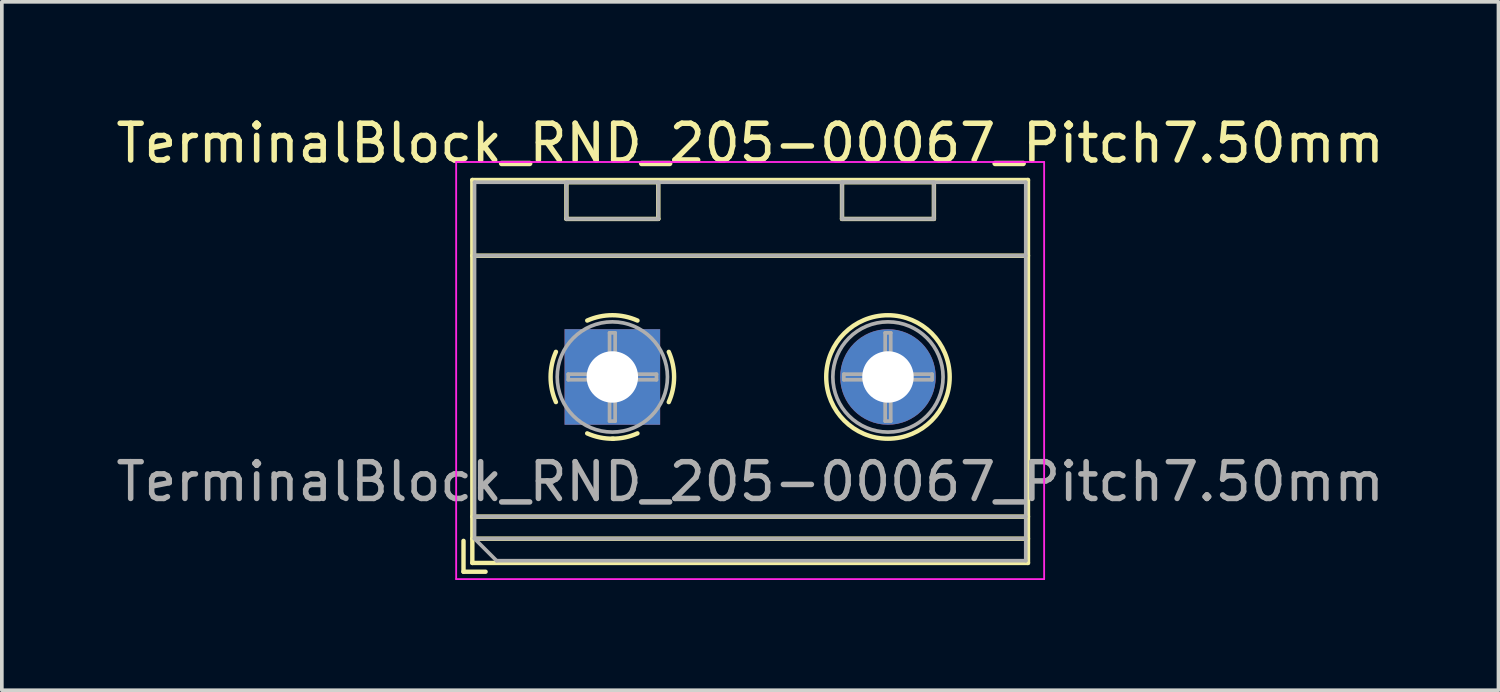
<source format=kicad_pcb>
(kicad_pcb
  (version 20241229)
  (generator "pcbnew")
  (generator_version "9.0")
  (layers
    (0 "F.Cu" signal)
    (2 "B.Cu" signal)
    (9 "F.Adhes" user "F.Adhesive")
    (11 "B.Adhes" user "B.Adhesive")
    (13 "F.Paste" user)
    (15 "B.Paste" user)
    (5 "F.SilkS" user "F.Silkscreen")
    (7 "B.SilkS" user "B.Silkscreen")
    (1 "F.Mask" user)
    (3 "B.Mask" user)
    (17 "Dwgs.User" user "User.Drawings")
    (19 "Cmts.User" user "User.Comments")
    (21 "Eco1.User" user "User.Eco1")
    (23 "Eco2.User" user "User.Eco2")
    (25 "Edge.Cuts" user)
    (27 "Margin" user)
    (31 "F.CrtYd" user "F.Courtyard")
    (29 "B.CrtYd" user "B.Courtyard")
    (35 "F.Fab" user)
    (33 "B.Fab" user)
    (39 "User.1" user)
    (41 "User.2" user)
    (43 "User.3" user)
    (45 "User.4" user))
  (footprint "TerminalBlock_RND_205-00067_Pitch7.50mm"
    (layer "F.Cu")
    (at 13.613 7.208)
    (property "Reference" "TerminalBlock_RND_205-00067_Pitch7.50mm" (at 3.75 -6.36 0) (layer "F.SilkS") (effects (font (size 1 1) (thickness 0.15))))
    (attr through_hole)
    (fp_line (start -4.05 4.46) (end -4.05 5.3) (stroke (width 0.12) (type solid)) (layer "F.SilkS"))
    (fp_line (start -4.05 5.3) (end -3.45 5.3) (stroke (width 0.12) (type solid)) (layer "F.SilkS"))
    (fp_line (start -3.81 -5.36) (end -3.81 5.06) (stroke (width 0.12) (type solid)) (layer "F.SilkS"))
    (fp_line (start -3.81 -3.3) (end 11.31 -3.3) (stroke (width 0.12) (type solid)) (layer "F.SilkS"))
    (fp_line (start -3.81 3.8) (end 11.31 3.8) (stroke (width 0.12) (type solid)) (layer "F.SilkS"))
    (fp_line (start -3.81 4.4) (end 11.31 4.4) (stroke (width 0.12) (type solid)) (layer "F.SilkS"))
    (fp_line (start -3.81 5.06) (end 11.31 5.06) (stroke (width 0.12) (type solid)) (layer "F.SilkS"))
    (fp_line (start -1.25 -5.301) (end -1.25 -4.301) (stroke (width 0.12) (type solid)) (layer "F.SilkS"))
    (fp_line (start -1.25 -5.301) (end 1.25 -5.301) (stroke (width 0.12) (type solid)) (layer "F.SilkS"))
    (fp_line (start -1.25 -4.301) (end 1.25 -4.301) (stroke (width 0.12) (type solid)) (layer "F.SilkS"))
    (fp_line (start 1.25 -5.301) (end 1.25 -4.301) (stroke (width 0.12) (type solid)) (layer "F.SilkS"))
    (fp_line (start 6.25 -5.301) (end 6.25 -4.301) (stroke (width 0.12) (type solid)) (layer "F.SilkS"))
    (fp_line (start 6.25 -5.301) (end 8.75 -5.301) (stroke (width 0.12) (type solid)) (layer "F.SilkS"))
    (fp_line (start 6.25 -4.301) (end 8.75 -4.301) (stroke (width 0.12) (type solid)) (layer "F.SilkS"))
    (fp_line (start 8.75 -5.301) (end 8.75 -4.301) (stroke (width 0.12) (type solid)) (layer "F.SilkS"))
    (fp_line (start 11.31 -5.36) (end -3.81 -5.36) (stroke (width 0.12) (type solid)) (layer "F.SilkS"))
    (fp_line (start 11.31 5.06) (end 11.31 -5.36) (stroke (width 0.12) (type solid)) (layer "F.SilkS"))
    (fp_arc (start -1.535427 0.683042) (mid -1.680501 -0.000524) (end -1.535 -0.684) (stroke (width 0.12) (type solid)) (layer "F.SilkS"))
    (fp_arc (start -0.683042 -1.535427) (mid 0.000524 -1.680501) (end 0.684 -1.535) (stroke (width 0.12) (type solid)) (layer "F.SilkS"))
    (fp_arc (start 0.028805 1.680253) (mid -0.335551 1.646659) (end -0.684 1.535) (stroke (width 0.12) (type solid)) (layer "F.SilkS"))
    (fp_arc (start 0.683318 1.534756) (mid 0.349292 1.643288) (end 0 1.68) (stroke (width 0.12) (type solid)) (layer "F.SilkS"))
    (fp_arc (start 1.535427 -0.683042) (mid 1.680501 0.000524) (end 1.535 0.684) (stroke (width 0.12) (type solid)) (layer "F.SilkS"))
    (fp_circle (center 7.5 0) (end 9.18 0) (stroke (width 0.12) (type solid)) (fill no) (layer "F.SilkS"))
    (fp_line (start -4.25 -5.85) (end -4.25 5.5) (stroke (width 0.05) (type solid)) (layer "F.CrtYd"))
    (fp_line (start -4.25 5.5) (end 11.75 5.5) (stroke (width 0.05) (type solid)) (layer "F.CrtYd"))
    (fp_line (start 11.75 -5.85) (end -4.25 -5.85) (stroke (width 0.05) (type solid)) (layer "F.CrtYd"))
    (fp_line (start 11.75 5.5) (end 11.75 -5.85) (stroke (width 0.05) (type solid)) (layer "F.CrtYd"))
    (fp_line (start -3.75 -5.3) (end 11.25 -5.3) (stroke (width 0.1) (type solid)) (layer "F.Fab"))
    (fp_line (start -3.75 -3.3) (end 11.25 -3.3) (stroke (width 0.1) (type solid)) (layer "F.Fab"))
    (fp_line (start -3.75 3.8) (end 11.25 3.8) (stroke (width 0.1) (type solid)) (layer "F.Fab"))
    (fp_line (start -3.75 4.4) (end -3.75 -5.3) (stroke (width 0.1) (type solid)) (layer "F.Fab"))
    (fp_line (start -3.75 4.4) (end 11.25 4.4) (stroke (width 0.1) (type solid)) (layer "F.Fab"))
    (fp_line (start -3.15 5) (end -3.75 4.4) (stroke (width 0.1) (type solid)) (layer "F.Fab"))
    (fp_line (start -1.25 -5.3) (end -1.25 -4.3) (stroke (width 0.1) (type solid)) (layer "F.Fab"))
    (fp_line (start -1.25 -4.3) (end 1.25 -4.3) (stroke (width 0.1) (type solid)) (layer "F.Fab"))
    (fp_line (start -1.201 -0.076) (end -0.076 -0.076) (stroke (width 0.1) (type solid)) (layer "F.Fab"))
    (fp_line (start -1.201 0.076) (end -1.201 -0.076) (stroke (width 0.1) (type solid)) (layer "F.Fab"))
    (fp_line (start -0.076 -1.201) (end 0.076 -1.201) (stroke (width 0.1) (type solid)) (layer "F.Fab"))
    (fp_line (start -0.076 -0.076) (end -0.076 -1.201) (stroke (width 0.1) (type solid)) (layer "F.Fab"))
    (fp_line (start -0.076 0.076) (end -1.201 0.076) (stroke (width 0.1) (type solid)) (layer "F.Fab"))
    (fp_line (start -0.076 1.201) (end -0.076 0.076) (stroke (width 0.1) (type solid)) (layer "F.Fab"))
    (fp_line (start 0.076 -1.201) (end 0.076 -0.076) (stroke (width 0.1) (type solid)) (layer "F.Fab"))
    (fp_line (start 0.076 -0.076) (end 1.201 -0.076) (stroke (width 0.1) (type solid)) (layer "F.Fab"))
    (fp_line (start 0.076 0.076) (end 0.076 1.201) (stroke (width 0.1) (type solid)) (layer "F.Fab"))
    (fp_line (start 0.076 1.201) (end -0.076 1.201) (stroke (width 0.1) (type solid)) (layer "F.Fab"))
    (fp_line (start 1.201 -0.076) (end 1.201 0.076) (stroke (width 0.1) (type solid)) (layer "F.Fab"))
    (fp_line (start 1.201 0.076) (end 0.076 0.076) (stroke (width 0.1) (type solid)) (layer "F.Fab"))
    (fp_line (start 1.25 -5.3) (end -1.25 -5.3) (stroke (width 0.1) (type solid)) (layer "F.Fab"))
    (fp_line (start 1.25 -4.3) (end 1.25 -5.3) (stroke (width 0.1) (type solid)) (layer "F.Fab"))
    (fp_line (start 6.25 -5.3) (end 6.25 -4.3) (stroke (width 0.1) (type solid)) (layer "F.Fab"))
    (fp_line (start 6.25 -4.3) (end 8.75 -4.3) (stroke (width 0.1) (type solid)) (layer "F.Fab"))
    (fp_line (start 6.299 -0.076) (end 7.424 -0.076) (stroke (width 0.1) (type solid)) (layer "F.Fab"))
    (fp_line (start 6.299 0.076) (end 6.299 -0.076) (stroke (width 0.1) (type solid)) (layer "F.Fab"))
    (fp_line (start 7.424 -1.201) (end 7.576 -1.201) (stroke (width 0.1) (type solid)) (layer "F.Fab"))
    (fp_line (start 7.424 -0.076) (end 7.424 -1.201) (stroke (width 0.1) (type solid)) (layer "F.Fab"))
    (fp_line (start 7.424 0.076) (end 6.299 0.076) (stroke (width 0.1) (type solid)) (layer "F.Fab"))
    (fp_line (start 7.424 1.201) (end 7.424 0.076) (stroke (width 0.1) (type solid)) (layer "F.Fab"))
    (fp_line (start 7.576 -1.201) (end 7.576 -0.076) (stroke (width 0.1) (type solid)) (layer "F.Fab"))
    (fp_line (start 7.576 -0.076) (end 8.701 -0.076) (stroke (width 0.1) (type solid)) (layer "F.Fab"))
    (fp_line (start 7.576 0.076) (end 7.576 1.201) (stroke (width 0.1) (type solid)) (layer "F.Fab"))
    (fp_line (start 7.576 1.201) (end 7.424 1.201) (stroke (width 0.1) (type solid)) (layer "F.Fab"))
    (fp_line (start 8.701 -0.076) (end 8.701 0.076) (stroke (width 0.1) (type solid)) (layer "F.Fab"))
    (fp_line (start 8.701 0.076) (end 7.576 0.076) (stroke (width 0.1) (type solid)) (layer "F.Fab"))
    (fp_line (start 8.75 -5.3) (end 6.25 -5.3) (stroke (width 0.1) (type solid)) (layer "F.Fab"))
    (fp_line (start 8.75 -4.3) (end 8.75 -5.3) (stroke (width 0.1) (type solid)) (layer "F.Fab"))
    (fp_line (start 11.25 -5.3) (end 11.25 5) (stroke (width 0.1) (type solid)) (layer "F.Fab"))
    (fp_line (start 11.25 5) (end -3.15 5) (stroke (width 0.1) (type solid)) (layer "F.Fab"))
    (fp_circle (center 0 0) (end 1.5 0) (stroke (width 0.1) (type solid)) (fill no) (layer "F.Fab"))
    (fp_circle (center 7.5 0) (end 9 0) (stroke (width 0.1) (type solid)) (fill no) (layer "F.Fab"))
    (fp_text user "${REFERENCE}" (at 3.75 2.85 0) (layer "F.Fab") (effects (font (size 1 1) (thickness 0.15))))
    (pad "1" thru_hole rect (at 0 0) (size 2.6 2.6) (drill 1.4) (layers "*.Cu" "*.Mask"))
    (pad "2" thru_hole oval (at 7.5 0) (size 2.6 2.6) (drill 1.4) (layers "*.Cu" "*.Mask")))
  (gr_rect
    (start -3 -3)
    (end 37.726 15.733)
    (stroke (width 0.1) (type default))
    (fill no)
    (layer "Edge.Cuts")))
</source>
